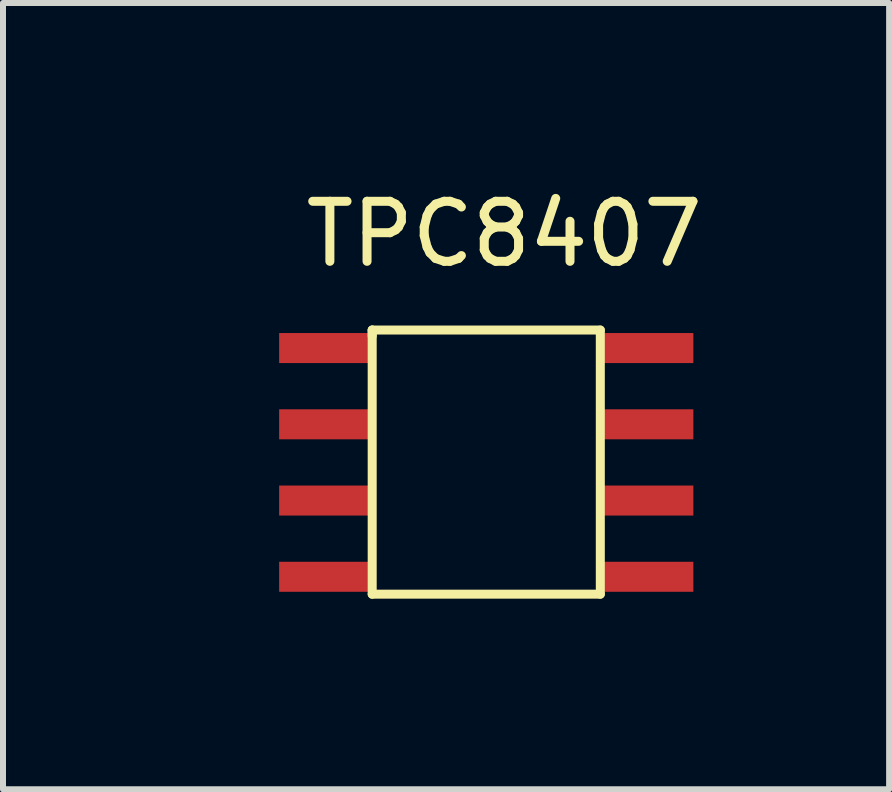
<source format=kicad_pcb>
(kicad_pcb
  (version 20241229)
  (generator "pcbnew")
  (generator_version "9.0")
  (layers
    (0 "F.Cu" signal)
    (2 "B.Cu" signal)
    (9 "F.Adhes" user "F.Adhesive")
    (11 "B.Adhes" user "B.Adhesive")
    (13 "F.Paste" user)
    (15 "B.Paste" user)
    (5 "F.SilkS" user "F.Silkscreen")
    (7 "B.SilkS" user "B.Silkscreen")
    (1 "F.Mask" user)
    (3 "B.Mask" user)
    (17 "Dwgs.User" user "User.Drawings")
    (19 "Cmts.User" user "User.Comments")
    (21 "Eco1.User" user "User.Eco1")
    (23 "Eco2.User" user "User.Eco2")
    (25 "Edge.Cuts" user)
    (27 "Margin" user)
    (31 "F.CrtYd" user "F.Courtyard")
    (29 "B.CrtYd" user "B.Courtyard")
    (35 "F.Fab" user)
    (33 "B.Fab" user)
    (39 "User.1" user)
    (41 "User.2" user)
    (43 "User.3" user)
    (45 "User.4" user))
  (footprint "TPC8407"
    (layer "F.Cu")
    (at 0.25 6.848)
    (property "Reference" "TPC8407" (at 5.1 -6 0) (layer "F.SilkS") (effects (font (size 1 1) (thickness 0.15))))
    (attr through_hole)
    (fp_line (start 2.9 -4.4) (end 2.9 -4.3) (stroke (width 0.15) (type solid)) (layer "F.SilkS"))
    (fp_line (start 2.9 0) (end 2.9 -4.4) (stroke (width 0.15) (type solid)) (layer "F.SilkS"))
    (fp_line (start 6.7 -4.4) (end 2.9 -4.4) (stroke (width 0.15) (type solid)) (layer "F.SilkS"))
    (fp_line (start 6.7 -4.4) (end 6.7 0) (stroke (width 0.15) (type solid)) (layer "F.SilkS"))
    (fp_line (start 6.7 0) (end 2.9 0) (stroke (width 0.15) (type solid)) (layer "F.SilkS"))
    (pad "1" smd rect (at 2.1 -4.1) (size 1.5 0.5) (layers "F.Cu" "F.Mask" "F.Paste"))
    (pad "2" smd rect (at 2.1 -2.83) (size 1.5 0.5) (layers "F.Cu" "F.Mask" "F.Paste"))
    (pad "3" smd rect (at 2.1 -1.56) (size 1.5 0.5) (layers "F.Cu" "F.Mask" "F.Paste"))
    (pad "4" smd rect (at 2.1 -0.29) (size 1.5 0.5) (layers "F.Cu" "F.Mask" "F.Paste"))
    (pad "5" smd rect (at 7.5 -0.29) (size 1.5 0.5) (layers "F.Cu" "F.Mask" "F.Paste"))
    (pad "6" smd rect (at 7.5 -1.56) (size 1.5 0.5) (layers "F.Cu" "F.Mask" "F.Paste"))
    (pad "7" smd rect (at 7.5 -2.83) (size 1.5 0.5) (layers "F.Cu" "F.Mask" "F.Paste"))
    (pad "8" smd rect (at 7.5 -4.1) (size 1.5 0.5) (layers "F.Cu" "F.Mask" "F.Paste")))
  (gr_rect
    (start -3 -3)
    (end 11.761 10.098)
    (stroke (width 0.1) (type default))
    (fill no)
    (layer "Edge.Cuts")))
</source>
